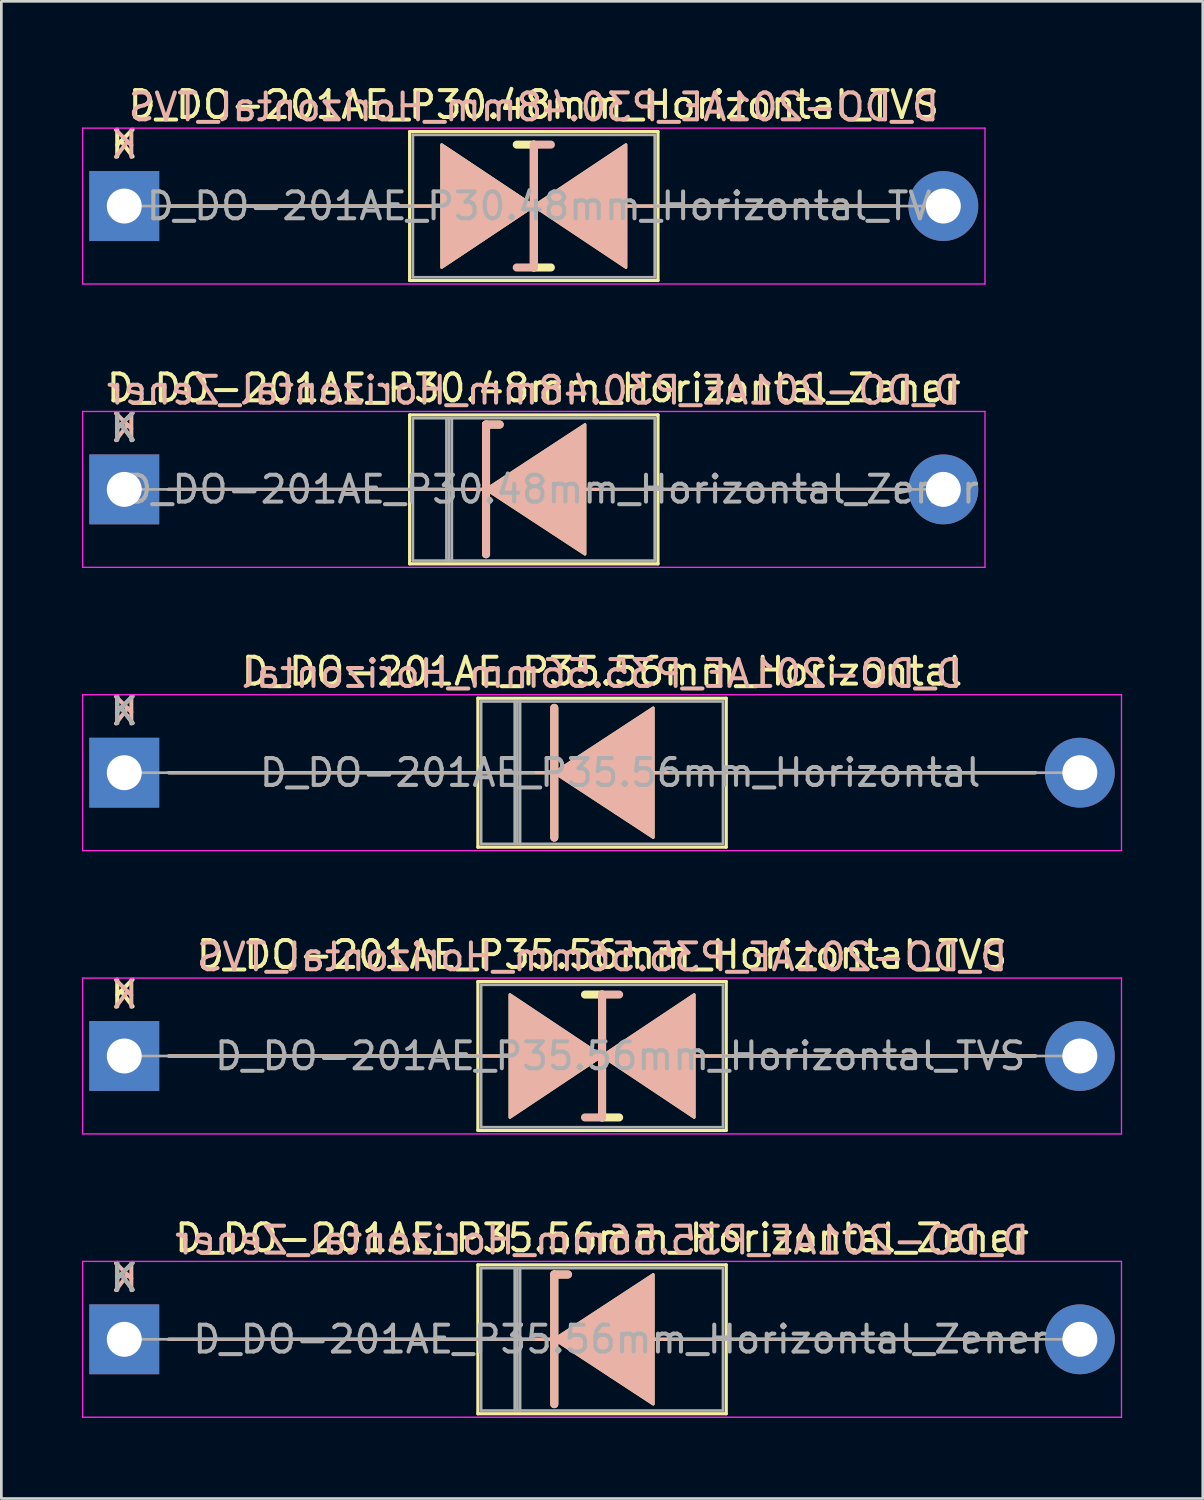
<source format=kicad_pcb>
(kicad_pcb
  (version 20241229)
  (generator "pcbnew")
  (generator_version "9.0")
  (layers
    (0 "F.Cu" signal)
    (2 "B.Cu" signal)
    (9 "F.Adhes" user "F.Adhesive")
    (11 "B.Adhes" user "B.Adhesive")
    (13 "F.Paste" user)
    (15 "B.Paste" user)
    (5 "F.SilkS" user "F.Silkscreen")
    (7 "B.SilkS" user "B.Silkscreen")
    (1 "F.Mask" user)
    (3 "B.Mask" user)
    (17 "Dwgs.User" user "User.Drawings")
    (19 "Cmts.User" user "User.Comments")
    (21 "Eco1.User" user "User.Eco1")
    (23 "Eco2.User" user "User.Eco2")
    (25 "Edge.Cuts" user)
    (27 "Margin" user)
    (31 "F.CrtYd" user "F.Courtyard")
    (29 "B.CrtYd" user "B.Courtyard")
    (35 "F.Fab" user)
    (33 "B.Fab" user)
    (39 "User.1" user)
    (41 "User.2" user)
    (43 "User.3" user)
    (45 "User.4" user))
  (footprint "D_DO-201AE_P30.48mm_Horizontal_Zener"
    (layer "F.Cu")
    (at 1.575 15.162)
    (property "Reference" "D_DO-201AE_P30.48mm_Horizontal_Zener" (at 15.24 -3.77 0) (layer "F.SilkS") (effects (font (size 1 1) (thickness 0.15))))
    (fp_line (start 1.651 0) (end 10.62 0) (stroke (width 0.12) (type solid)) (layer "F.SilkS"))
    (fp_line (start 10.62 -2.77) (end 10.62 2.77) (stroke (width 0.12) (type solid)) (layer "F.SilkS"))
    (fp_line (start 10.62 2.77) (end 19.86 2.77) (stroke (width 0.12) (type solid)) (layer "F.SilkS"))
    (fp_line (start 13.462 -2.413) (end 13.462 2.413) (stroke (width 0.3) (type solid)) (layer "F.SilkS"))
    (fp_line (start 13.462 -2.413) (end 13.97 -2.413) (stroke (width 0.3) (type solid)) (layer "F.SilkS"))
    (fp_line (start 13.589 0) (end 10.62 0) (stroke (width 0.12) (type solid)) (layer "F.SilkS"))
    (fp_line (start 17.145 0) (end 19.86 0) (stroke (width 0.12) (type solid)) (layer "F.SilkS"))
    (fp_line (start 19.86 -2.77) (end 10.62 -2.77) (stroke (width 0.12) (type solid)) (layer "F.SilkS"))
    (fp_line (start 19.86 2.77) (end 19.86 -2.77) (stroke (width 0.12) (type solid)) (layer "F.SilkS"))
    (fp_line (start 28.829 0) (end 19.86 0) (stroke (width 0.12) (type solid)) (layer "F.SilkS"))
    (fp_poly (pts (xy 17.145 2.413) (xy 13.462 0) (xy 17.145 -2.413)) (stroke (width 0.1) (type solid)) (fill yes) (layer "F.SilkS"))
    (fp_line (start 1.651 0) (end 10.62 0) (stroke (width 0.12) (type solid)) (layer "B.SilkS"))
    (fp_line (start 13.462 -2.413) (end 13.97 -2.413) (stroke (width 0.3) (type solid)) (layer "B.SilkS"))
    (fp_line (start 13.462 2.413) (end 13.462 -2.413) (stroke (width 0.3) (type solid)) (layer "B.SilkS"))
    (fp_line (start 13.589 0) (end 10.62 0) (stroke (width 0.12) (type solid)) (layer "B.SilkS"))
    (fp_line (start 17.145 0) (end 19.86 0) (stroke (width 0.12) (type solid)) (layer "B.SilkS"))
    (fp_line (start 28.829 0) (end 19.86 0) (stroke (width 0.12) (type solid)) (layer "B.SilkS"))
    (fp_poly (pts (xy 17.145 -2.413) (xy 13.462 0) (xy 17.145 2.413)) (stroke (width 0.1) (type solid)) (fill yes) (layer "B.SilkS"))
    (fp_line (start -1.55 -2.9) (end -1.55 2.9) (stroke (width 0.05) (type solid)) (layer "F.CrtYd"))
    (fp_line (start -1.55 2.9) (end 32.03 2.9) (stroke (width 0.05) (type solid)) (layer "F.CrtYd"))
    (fp_line (start 32.03 -2.9) (end -1.55 -2.9) (stroke (width 0.05) (type solid)) (layer "F.CrtYd"))
    (fp_line (start 32.03 2.9) (end 32.03 -2.9) (stroke (width 0.05) (type solid)) (layer "F.CrtYd"))
    (fp_line (start 0 0) (end 12.7 0) (stroke (width 0.1) (type solid)) (layer "F.Fab"))
    (fp_line (start 10.74 -2.65) (end 10.74 2.65) (stroke (width 0.1) (type solid)) (layer "F.Fab"))
    (fp_line (start 10.74 2.65) (end 19.74 2.65) (stroke (width 0.1) (type solid)) (layer "F.Fab"))
    (fp_line (start 11.99 -2.65) (end 11.99 2.65) (stroke (width 0.1) (type solid)) (layer "F.Fab"))
    (fp_line (start 12.09 -2.65) (end 12.09 2.65) (stroke (width 0.1) (type solid)) (layer "F.Fab"))
    (fp_line (start 12.19 -2.65) (end 12.19 2.65) (stroke (width 0.1) (type solid)) (layer "F.Fab"))
    (fp_line (start 19.74 -2.65) (end 10.74 -2.65) (stroke (width 0.1) (type solid)) (layer "F.Fab"))
    (fp_line (start 19.74 2.65) (end 19.74 -2.65) (stroke (width 0.1) (type solid)) (layer "F.Fab"))
    (fp_line (start 30.48 0) (end 17.78 0) (stroke (width 0.1) (type solid)) (layer "F.Fab"))
    (fp_text user "K" (at 0 -2.3 0) (layer "F.SilkS") (effects (font (size 1 1) (thickness 0.15))))
    (fp_text user "K" (at 0 -2.286 0) (layer "B.SilkS") (effects (font (size 1 1) (thickness 0.15)) (justify mirror)))
    (fp_text user "${REFERENCE}" (at 15.24 -3.683 0) (layer "B.SilkS") (effects (font (size 1 1) (thickness 0.15)) (justify mirror)))
    (fp_text user "${REFERENCE}" (at 15.915 0 0) (layer "F.Fab") (effects (font (size 1 1) (thickness 0.15))))
    (fp_text user "K" (at 0 -2.3 0) (layer "F.Fab") (effects (font (size 1 1) (thickness 0.15))))
    (pad "1" thru_hole rect (at 0 0) (size 2.6 2.6) (drill 1.3) (layers "*.Cu" "*.Mask"))
    (pad "2" thru_hole oval (at 30.48 0) (size 2.6 2.6) (drill 1.3) (layers "*.Cu" "*.Mask")))
  (footprint "D_DO-201AE_P35.56mm_Horizontal"
    (layer "F.Cu")
    (at 1.575 25.705)
    (property "Reference" "D_DO-201AE_P35.56mm_Horizontal" (at 17.78 -3.77 0) (layer "F.SilkS") (effects (font (size 1 1) (thickness 0.15))))
    (fp_line (start 1.651 0) (end 13.16 0) (stroke (width 0.12) (type solid)) (layer "F.SilkS"))
    (fp_line (start 13.16 -2.77) (end 13.16 2.77) (stroke (width 0.12) (type solid)) (layer "F.SilkS"))
    (fp_line (start 13.16 2.77) (end 22.4 2.77) (stroke (width 0.12) (type solid)) (layer "F.SilkS"))
    (fp_line (start 16.002 -2.413) (end 16.002 2.413) (stroke (width 0.3) (type solid)) (layer "F.SilkS"))
    (fp_line (start 16.129 0) (end 13.16 0) (stroke (width 0.12) (type solid)) (layer "F.SilkS"))
    (fp_line (start 19.685 0) (end 22.4 0) (stroke (width 0.12) (type solid)) (layer "F.SilkS"))
    (fp_line (start 22.4 -2.77) (end 13.16 -2.77) (stroke (width 0.12) (type solid)) (layer "F.SilkS"))
    (fp_line (start 22.4 2.77) (end 22.4 -2.77) (stroke (width 0.12) (type solid)) (layer "F.SilkS"))
    (fp_line (start 33.909 0) (end 22.4 0) (stroke (width 0.12) (type solid)) (layer "F.SilkS"))
    (fp_poly (pts (xy 19.685 2.413) (xy 16.002 0) (xy 19.685 -2.413)) (stroke (width 0.1) (type solid)) (fill yes) (layer "F.SilkS"))
    (fp_line (start 1.651 0) (end 13.16 0) (stroke (width 0.12) (type solid)) (layer "B.SilkS"))
    (fp_line (start 16.002 2.413) (end 16.002 -2.413) (stroke (width 0.3) (type solid)) (layer "B.SilkS"))
    (fp_line (start 16.129 0) (end 13.16 0) (stroke (width 0.12) (type solid)) (layer "B.SilkS"))
    (fp_line (start 19.685 0) (end 22.4 0) (stroke (width 0.12) (type solid)) (layer "B.SilkS"))
    (fp_line (start 33.909 0) (end 22.4 0) (stroke (width 0.12) (type solid)) (layer "B.SilkS"))
    (fp_poly (pts (xy 19.685 -2.413) (xy 16.002 0) (xy 19.685 2.413)) (stroke (width 0.1) (type solid)) (fill yes) (layer "B.SilkS"))
    (fp_line (start -1.55 -2.9) (end -1.55 2.9) (stroke (width 0.05) (type solid)) (layer "F.CrtYd"))
    (fp_line (start -1.55 2.9) (end 37.11 2.9) (stroke (width 0.05) (type solid)) (layer "F.CrtYd"))
    (fp_line (start 37.11 -2.9) (end -1.55 -2.9) (stroke (width 0.05) (type solid)) (layer "F.CrtYd"))
    (fp_line (start 37.11 2.9) (end 37.11 -2.9) (stroke (width 0.05) (type solid)) (layer "F.CrtYd"))
    (fp_line (start 0 0) (end 15.24 0) (stroke (width 0.1) (type solid)) (layer "F.Fab"))
    (fp_line (start 13.28 -2.65) (end 13.28 2.65) (stroke (width 0.1) (type solid)) (layer "F.Fab"))
    (fp_line (start 13.28 2.65) (end 22.28 2.65) (stroke (width 0.1) (type solid)) (layer "F.Fab"))
    (fp_line (start 14.53 -2.65) (end 14.53 2.65) (stroke (width 0.1) (type solid)) (layer "F.Fab"))
    (fp_line (start 14.63 -2.65) (end 14.63 2.65) (stroke (width 0.1) (type solid)) (layer "F.Fab"))
    (fp_line (start 14.73 -2.65) (end 14.73 2.65) (stroke (width 0.1) (type solid)) (layer "F.Fab"))
    (fp_line (start 22.28 -2.65) (end 13.28 -2.65) (stroke (width 0.1) (type solid)) (layer "F.Fab"))
    (fp_line (start 22.28 2.65) (end 22.28 -2.65) (stroke (width 0.1) (type solid)) (layer "F.Fab"))
    (fp_line (start 35.56 0) (end 20.32 0) (stroke (width 0.1) (type solid)) (layer "F.Fab"))
    (fp_text user "K" (at 0 -2.3 0) (layer "F.SilkS") (effects (font (size 1 1) (thickness 0.15))))
    (fp_text user "${REFERENCE}" (at 17.78 -3.683 0) (layer "B.SilkS") (effects (font (size 1 1) (thickness 0.15)) (justify mirror)))
    (fp_text user "K" (at 0 -2.286 0) (layer "B.SilkS") (effects (font (size 1 1) (thickness 0.15)) (justify mirror)))
    (fp_text user "${REFERENCE}" (at 18.455 0 0) (layer "F.Fab") (effects (font (size 1 1) (thickness 0.15))))
    (fp_text user "K" (at 0 -2.3 0) (layer "F.Fab") (effects (font (size 1 1) (thickness 0.15))))
    (pad "1" thru_hole rect (at 0 0) (size 2.6 2.6) (drill 1.3) (layers "*.Cu" "*.Mask"))
    (pad "2" thru_hole oval (at 35.56 0) (size 2.6 2.6) (drill 1.3) (layers "*.Cu" "*.Mask")))
  (footprint "D_DO-201AE_P35.56mm_Horizontal_TVS"
    (layer "F.Cu")
    (at 1.575 36.248)
    (property "Reference" "D_DO-201AE_P35.56mm_Horizontal_TVS" (at 17.78 -3.77 0) (layer "F.SilkS") (effects (font (size 1 1) (thickness 0.15))))
    (fp_line (start 1.651 0) (end 13.16 0) (stroke (width 0.12) (type solid)) (layer "F.SilkS"))
    (fp_line (start 13.16 -2.77) (end 13.16 2.77) (stroke (width 0.12) (type solid)) (layer "F.SilkS"))
    (fp_line (start 13.16 0) (end 14.351 0) (stroke (width 0.12) (type solid)) (layer "F.SilkS"))
    (fp_line (start 13.16 2.77) (end 22.4 2.77) (stroke (width 0.12) (type solid)) (layer "F.SilkS"))
    (fp_line (start 17.78 -2.286) (end 17.145 -2.286) (stroke (width 0.3) (type solid)) (layer "F.SilkS"))
    (fp_line (start 17.78 2.286) (end 17.78 -2.286) (stroke (width 0.3) (type solid)) (layer "F.SilkS"))
    (fp_line (start 18.415 2.286) (end 17.78 2.286) (stroke (width 0.3) (type solid)) (layer "F.SilkS"))
    (fp_line (start 21.209 0) (end 22.4 0) (stroke (width 0.12) (type solid)) (layer "F.SilkS"))
    (fp_line (start 22.4 -2.77) (end 13.16 -2.77) (stroke (width 0.12) (type solid)) (layer "F.SilkS"))
    (fp_line (start 22.4 2.77) (end 22.4 -2.77) (stroke (width 0.12) (type solid)) (layer "F.SilkS"))
    (fp_line (start 33.909 0) (end 22.4 0) (stroke (width 0.12) (type solid)) (layer "F.SilkS"))
    (fp_poly (pts (xy 17.78 0) (xy 14.351 2.286) (xy 14.351 -2.286)) (stroke (width 0.1) (type solid)) (fill yes) (layer "F.SilkS"))
    (fp_poly (pts (xy 17.78 0) (xy 21.209 -2.286) (xy 21.209 2.286)) (stroke (width 0.1) (type solid)) (fill yes) (layer "F.SilkS"))
    (fp_line (start 1.651 0) (end 13.16 0) (stroke (width 0.12) (type solid)) (layer "B.SilkS"))
    (fp_line (start 13.16 0) (end 14.351 0) (stroke (width 0.12) (type solid)) (layer "B.SilkS"))
    (fp_line (start 17.78 -2.286) (end 17.78 2.286) (stroke (width 0.3) (type solid)) (layer "B.SilkS"))
    (fp_line (start 17.78 2.286) (end 17.145 2.286) (stroke (width 0.3) (type solid)) (layer "B.SilkS"))
    (fp_line (start 18.415 -2.286) (end 17.78 -2.286) (stroke (width 0.3) (type solid)) (layer "B.SilkS"))
    (fp_line (start 21.209 0) (end 22.4 0) (stroke (width 0.12) (type solid)) (layer "B.SilkS"))
    (fp_line (start 33.909 0) (end 22.4 0) (stroke (width 0.12) (type solid)) (layer "B.SilkS"))
    (fp_poly (pts (xy 17.78 0) (xy 14.351 -2.286) (xy 14.351 2.286)) (stroke (width 0.1) (type solid)) (fill yes) (layer "B.SilkS"))
    (fp_poly (pts (xy 17.78 0) (xy 21.209 2.286) (xy 21.209 -2.286)) (stroke (width 0.1) (type solid)) (fill yes) (layer "B.SilkS"))
    (fp_line (start -1.55 -2.9) (end -1.55 2.9) (stroke (width 0.05) (type solid)) (layer "F.CrtYd"))
    (fp_line (start -1.55 2.9) (end 37.11 2.9) (stroke (width 0.05) (type solid)) (layer "F.CrtYd"))
    (fp_line (start 37.11 -2.9) (end -1.55 -2.9) (stroke (width 0.05) (type solid)) (layer "F.CrtYd"))
    (fp_line (start 37.11 2.9) (end 37.11 -2.9) (stroke (width 0.05) (type solid)) (layer "F.CrtYd"))
    (fp_line (start 0 0) (end 13.28 0) (stroke (width 0.1) (type solid)) (layer "F.Fab"))
    (fp_line (start 13.28 -2.65) (end 13.28 2.65) (stroke (width 0.1) (type solid)) (layer "F.Fab"))
    (fp_line (start 13.28 2.65) (end 22.28 2.65) (stroke (width 0.1) (type solid)) (layer "F.Fab"))
    (fp_line (start 22.28 -2.65) (end 13.28 -2.65) (stroke (width 0.1) (type solid)) (layer "F.Fab"))
    (fp_line (start 22.28 2.65) (end 22.28 -2.65) (stroke (width 0.1) (type solid)) (layer "F.Fab"))
    (fp_line (start 35.56 0) (end 22.28 0) (stroke (width 0.1) (type solid)) (layer "F.Fab"))
    (fp_text user "K" (at 0 -2.3 0) (layer "F.SilkS") (effects (font (size 1 1) (thickness 0.15))))
    (fp_text user "${REFERENCE}" (at 17.78 -3.683 0) (layer "B.SilkS") (effects (font (size 1 1) (thickness 0.15)) (justify mirror)))
    (fp_text user "K" (at 0 -2.286 0) (layer "B.SilkS") (effects (font (size 1 1) (thickness 0.15)) (justify mirror)))
    (fp_text user "${REFERENCE}" (at 18.455 0 0) (layer "F.Fab") (effects (font (size 1 1) (thickness 0.15))))
    (pad "1" thru_hole rect (at 0 0) (size 2.6 2.6) (drill 1.3) (layers "*.Cu" "*.Mask"))
    (pad "2" thru_hole oval (at 35.56 0) (size 2.6 2.6) (drill 1.3) (layers "*.Cu" "*.Mask")))
  (footprint "D_DO-201AE_P30.48mm_Horizontal_TVS"
    (layer "F.Cu")
    (at 1.575 4.618)
    (property "Reference" "D_DO-201AE_P30.48mm_Horizontal_TVS" (at 15.24 -3.77 0) (layer "F.SilkS") (effects (font (size 1 1) (thickness 0.15))))
    (fp_line (start 1.651 0) (end 10.62 0) (stroke (width 0.12) (type solid)) (layer "F.SilkS"))
    (fp_line (start 10.62 -2.77) (end 10.62 2.77) (stroke (width 0.12) (type solid)) (layer "F.SilkS"))
    (fp_line (start 10.62 0) (end 11.811 0) (stroke (width 0.12) (type solid)) (layer "F.SilkS"))
    (fp_line (start 10.62 2.77) (end 19.86 2.77) (stroke (width 0.12) (type solid)) (layer "F.SilkS"))
    (fp_line (start 15.24 -2.286) (end 14.605 -2.286) (stroke (width 0.3) (type solid)) (layer "F.SilkS"))
    (fp_line (start 15.24 2.286) (end 15.24 -2.286) (stroke (width 0.3) (type solid)) (layer "F.SilkS"))
    (fp_line (start 15.875 2.286) (end 15.24 2.286) (stroke (width 0.3) (type solid)) (layer "F.SilkS"))
    (fp_line (start 18.669 0) (end 19.86 0) (stroke (width 0.12) (type solid)) (layer "F.SilkS"))
    (fp_line (start 19.86 -2.77) (end 10.62 -2.77) (stroke (width 0.12) (type solid)) (layer "F.SilkS"))
    (fp_line (start 19.86 2.77) (end 19.86 -2.77) (stroke (width 0.12) (type solid)) (layer "F.SilkS"))
    (fp_line (start 28.829 0) (end 19.86 0) (stroke (width 0.12) (type solid)) (layer "F.SilkS"))
    (fp_poly (pts (xy 15.24 0) (xy 11.811 2.286) (xy 11.811 -2.286)) (stroke (width 0.1) (type solid)) (fill yes) (layer "F.SilkS"))
    (fp_poly (pts (xy 15.24 0) (xy 18.669 -2.286) (xy 18.669 2.286)) (stroke (width 0.1) (type solid)) (fill yes) (layer "F.SilkS"))
    (fp_line (start 1.651 0) (end 10.62 0) (stroke (width 0.12) (type solid)) (layer "B.SilkS"))
    (fp_line (start 10.62 0) (end 11.811 0) (stroke (width 0.12) (type solid)) (layer "B.SilkS"))
    (fp_line (start 15.24 -2.286) (end 15.24 2.286) (stroke (width 0.3) (type solid)) (layer "B.SilkS"))
    (fp_line (start 15.24 2.286) (end 14.605 2.286) (stroke (width 0.3) (type solid)) (layer "B.SilkS"))
    (fp_line (start 15.875 -2.286) (end 15.24 -2.286) (stroke (width 0.3) (type solid)) (layer "B.SilkS"))
    (fp_line (start 18.669 0) (end 19.86 0) (stroke (width 0.12) (type solid)) (layer "B.SilkS"))
    (fp_line (start 28.829 0) (end 19.86 0) (stroke (width 0.12) (type solid)) (layer "B.SilkS"))
    (fp_poly (pts (xy 15.24 0) (xy 11.811 -2.286) (xy 11.811 2.286)) (stroke (width 0.1) (type solid)) (fill yes) (layer "B.SilkS"))
    (fp_poly (pts (xy 15.24 0) (xy 18.669 2.286) (xy 18.669 -2.286)) (stroke (width 0.1) (type solid)) (fill yes) (layer "B.SilkS"))
    (fp_line (start -1.55 -2.9) (end -1.55 2.9) (stroke (width 0.05) (type solid)) (layer "F.CrtYd"))
    (fp_line (start -1.55 2.9) (end 32.03 2.9) (stroke (width 0.05) (type solid)) (layer "F.CrtYd"))
    (fp_line (start 32.03 -2.9) (end -1.55 -2.9) (stroke (width 0.05) (type solid)) (layer "F.CrtYd"))
    (fp_line (start 32.03 2.9) (end 32.03 -2.9) (stroke (width 0.05) (type solid)) (layer "F.CrtYd"))
    (fp_line (start 0 0) (end 10.74 0) (stroke (width 0.1) (type solid)) (layer "F.Fab"))
    (fp_line (start 10.74 -2.65) (end 10.74 2.65) (stroke (width 0.1) (type solid)) (layer "F.Fab"))
    (fp_line (start 10.74 2.65) (end 19.74 2.65) (stroke (width 0.1) (type solid)) (layer "F.Fab"))
    (fp_line (start 19.74 -2.65) (end 10.74 -2.65) (stroke (width 0.1) (type solid)) (layer "F.Fab"))
    (fp_line (start 19.74 2.65) (end 19.74 -2.65) (stroke (width 0.1) (type solid)) (layer "F.Fab"))
    (fp_line (start 30.48 0) (end 19.74 0) (stroke (width 0.1) (type solid)) (layer "F.Fab"))
    (fp_text user "K" (at 0 -2.3 0) (layer "F.SilkS") (effects (font (size 1 1) (thickness 0.15))))
    (fp_text user "${REFERENCE}" (at 15.24 -3.683 0) (layer "B.SilkS") (effects (font (size 1 1) (thickness 0.15)) (justify mirror)))
    (fp_text user "K" (at 0 -2.286 0) (layer "B.SilkS") (effects (font (size 1 1) (thickness 0.15)) (justify mirror)))
    (fp_text user "${REFERENCE}" (at 15.915 0 0) (layer "F.Fab") (effects (font (size 1 1) (thickness 0.15))))
    (pad "1" thru_hole rect (at 0 0) (size 2.6 2.6) (drill 1.3) (layers "*.Cu" "*.Mask"))
    (pad "2" thru_hole oval (at 30.48 0) (size 2.6 2.6) (drill 1.3) (layers "*.Cu" "*.Mask")))
  (footprint "D_DO-201AE_P35.56mm_Horizontal_Zener"
    (layer "F.Cu")
    (at 1.575 46.791)
    (property "Reference" "D_DO-201AE_P35.56mm_Horizontal_Zener" (at 17.78 -3.77 0) (layer "F.SilkS") (effects (font (size 1 1) (thickness 0.15))))
    (fp_line (start 1.651 0) (end 13.16 0) (stroke (width 0.12) (type solid)) (layer "F.SilkS"))
    (fp_line (start 13.16 -2.77) (end 13.16 2.77) (stroke (width 0.12) (type solid)) (layer "F.SilkS"))
    (fp_line (start 13.16 2.77) (end 22.4 2.77) (stroke (width 0.12) (type solid)) (layer "F.SilkS"))
    (fp_line (start 16.002 -2.413) (end 16.002 2.413) (stroke (width 0.3) (type solid)) (layer "F.SilkS"))
    (fp_line (start 16.002 -2.413) (end 16.51 -2.413) (stroke (width 0.3) (type solid)) (layer "F.SilkS"))
    (fp_line (start 16.129 0) (end 13.16 0) (stroke (width 0.12) (type solid)) (layer "F.SilkS"))
    (fp_line (start 19.685 0) (end 22.4 0) (stroke (width 0.12) (type solid)) (layer "F.SilkS"))
    (fp_line (start 22.4 -2.77) (end 13.16 -2.77) (stroke (width 0.12) (type solid)) (layer "F.SilkS"))
    (fp_line (start 22.4 2.77) (end 22.4 -2.77) (stroke (width 0.12) (type solid)) (layer "F.SilkS"))
    (fp_line (start 33.909 0) (end 22.4 0) (stroke (width 0.12) (type solid)) (layer "F.SilkS"))
    (fp_poly (pts (xy 19.685 2.413) (xy 16.002 0) (xy 19.685 -2.413)) (stroke (width 0.1) (type solid)) (fill yes) (layer "F.SilkS"))
    (fp_line (start 1.651 0) (end 13.16 0) (stroke (width 0.12) (type solid)) (layer "B.SilkS"))
    (fp_line (start 16.002 -2.413) (end 16.51 -2.413) (stroke (width 0.3) (type solid)) (layer "B.SilkS"))
    (fp_line (start 16.002 2.413) (end 16.002 -2.413) (stroke (width 0.3) (type solid)) (layer "B.SilkS"))
    (fp_line (start 16.129 0) (end 13.16 0) (stroke (width 0.12) (type solid)) (layer "B.SilkS"))
    (fp_line (start 19.685 0) (end 22.4 0) (stroke (width 0.12) (type solid)) (layer "B.SilkS"))
    (fp_line (start 33.909 0) (end 22.4 0) (stroke (width 0.12) (type solid)) (layer "B.SilkS"))
    (fp_poly (pts (xy 19.685 -2.413) (xy 16.002 0) (xy 19.685 2.413)) (stroke (width 0.1) (type solid)) (fill yes) (layer "B.SilkS"))
    (fp_line (start -1.55 -2.9) (end -1.55 2.9) (stroke (width 0.05) (type solid)) (layer "F.CrtYd"))
    (fp_line (start -1.55 2.9) (end 37.11 2.9) (stroke (width 0.05) (type solid)) (layer "F.CrtYd"))
    (fp_line (start 37.11 -2.9) (end -1.55 -2.9) (stroke (width 0.05) (type solid)) (layer "F.CrtYd"))
    (fp_line (start 37.11 2.9) (end 37.11 -2.9) (stroke (width 0.05) (type solid)) (layer "F.CrtYd"))
    (fp_line (start 0 0) (end 15.24 0) (stroke (width 0.1) (type solid)) (layer "F.Fab"))
    (fp_line (start 13.28 -2.65) (end 13.28 2.65) (stroke (width 0.1) (type solid)) (layer "F.Fab"))
    (fp_line (start 13.28 2.65) (end 22.28 2.65) (stroke (width 0.1) (type solid)) (layer "F.Fab"))
    (fp_line (start 14.53 -2.65) (end 14.53 2.65) (stroke (width 0.1) (type solid)) (layer "F.Fab"))
    (fp_line (start 14.63 -2.65) (end 14.63 2.65) (stroke (width 0.1) (type solid)) (layer "F.Fab"))
    (fp_line (start 14.73 -2.65) (end 14.73 2.65) (stroke (width 0.1) (type solid)) (layer "F.Fab"))
    (fp_line (start 22.28 -2.65) (end 13.28 -2.65) (stroke (width 0.1) (type solid)) (layer "F.Fab"))
    (fp_line (start 22.28 2.65) (end 22.28 -2.65) (stroke (width 0.1) (type solid)) (layer "F.Fab"))
    (fp_line (start 35.56 0) (end 20.32 0) (stroke (width 0.1) (type solid)) (layer "F.Fab"))
    (fp_text user "K" (at 0 -2.3 0) (layer "F.SilkS") (effects (font (size 1 1) (thickness 0.15))))
    (fp_text user "K" (at 0 -2.286 0) (layer "B.SilkS") (effects (font (size 1 1) (thickness 0.15)) (justify mirror)))
    (fp_text user "${REFERENCE}" (at 17.78 -3.683 0) (layer "B.SilkS") (effects (font (size 1 1) (thickness 0.15)) (justify mirror)))
    (fp_text user "K" (at 0 -2.3 0) (layer "F.Fab") (effects (font (size 1 1) (thickness 0.15))))
    (fp_text user "${REFERENCE}" (at 18.455 0 0) (layer "F.Fab") (effects (font (size 1 1) (thickness 0.15))))
    (pad "1" thru_hole rect (at 0 0) (size 2.6 2.6) (drill 1.3) (layers "*.Cu" "*.Mask"))
    (pad "2" thru_hole oval (at 35.56 0) (size 2.6 2.6) (drill 1.3) (layers "*.Cu" "*.Mask")))
  (gr_rect
    (start -3 -3)
    (end 41.71 52.716)
    (stroke (width 0.1) (type default))
    (fill no)
    (layer "Edge.Cuts")))
</source>
